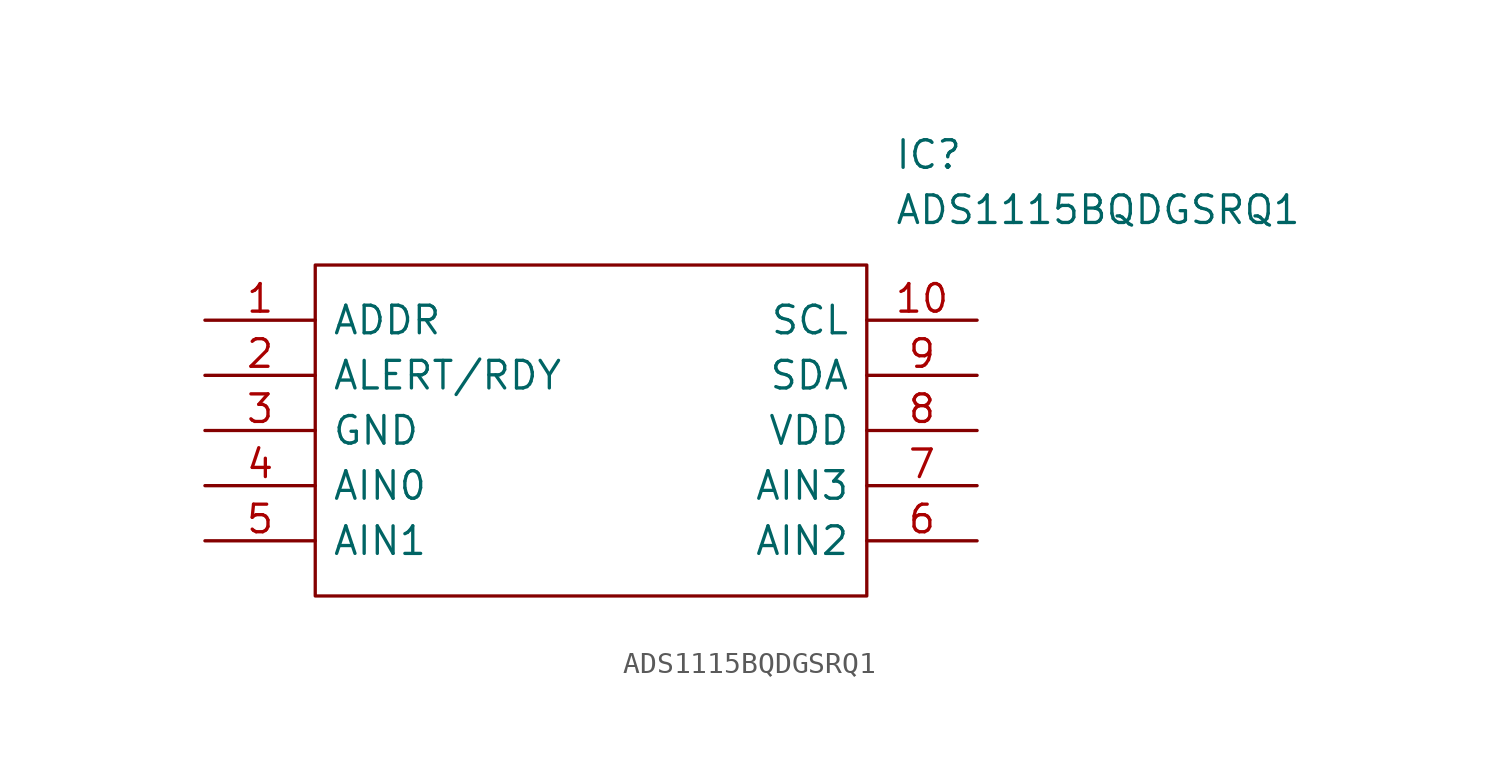
<source format=kicad_sym>
(kicad_symbol_lib
  (version 20241209)
  (generator "kicad_symbol_editor")
  (generator_version "9.0")
  (symbol "ADS1115BQDGSRQ1"
    (pin_names
      (offset 0.762))
    (property "Reference" "IC"
      (at 31.75 7.62 0)
      (effects (font (size 1.27 1.27)) (justify left)))
    (property "Value" "ADS1115BQDGSRQ1"
      (at 31.75 5.08 0)
      (effects (font (size 1.27 1.27)) (justify left)))
    (symbol "ADS1115BQDGSRQ1_0_0"
      (pin passive line (at 0 0 0) (length 5.08) (name "ADDR" (effects (font (size 1.27 1.27)))) (number "1" (effects (font (size 1.27 1.27)))))
      (pin passive line (at 0 -2.54 0) (length 5.08) (name "ALERT/RDY" (effects (font (size 1.27 1.27)))) (number "2" (effects (font (size 1.27 1.27)))))
      (pin passive line (at 0 -5.08 0) (length 5.08) (name "GND" (effects (font (size 1.27 1.27)))) (number "3" (effects (font (size 1.27 1.27)))))
      (pin passive line (at 0 -7.62 0) (length 5.08) (name "AIN0" (effects (font (size 1.27 1.27)))) (number "4" (effects (font (size 1.27 1.27)))))
      (pin passive line (at 0 -10.16 0) (length 5.08) (name "AIN1" (effects (font (size 1.27 1.27)))) (number "5" (effects (font (size 1.27 1.27)))))
      (pin passive line (at 35.56 0 180) (length 5.08) (name "SCL" (effects (font (size 1.27 1.27)))) (number "10" (effects (font (size 1.27 1.27)))))
      (pin passive line (at 35.56 -2.54 180) (length 5.08) (name "SDA" (effects (font (size 1.27 1.27)))) (number "9" (effects (font (size 1.27 1.27)))))
      (pin passive line (at 35.56 -5.08 180) (length 5.08) (name "VDD" (effects (font (size 1.27 1.27)))) (number "8" (effects (font (size 1.27 1.27)))))
      (pin passive line (at 35.56 -7.62 180) (length 5.08) (name "AIN3" (effects (font (size 1.27 1.27)))) (number "7" (effects (font (size 1.27 1.27)))))
      (pin passive line (at 35.56 -10.16 180) (length 5.08) (name "AIN2" (effects (font (size 1.27 1.27)))) (number "6" (effects (font (size 1.27 1.27))))))
    (symbol "ADS1115BQDGSRQ1_0_1"
      (polyline (pts (xy 5.08 2.54) (xy 30.48 2.54) (xy 30.48 -12.7) (xy 5.08 -12.7) (xy 5.08 2.54)) (stroke (width 0.152) (type solid)) (fill (type none))))))
</source>
